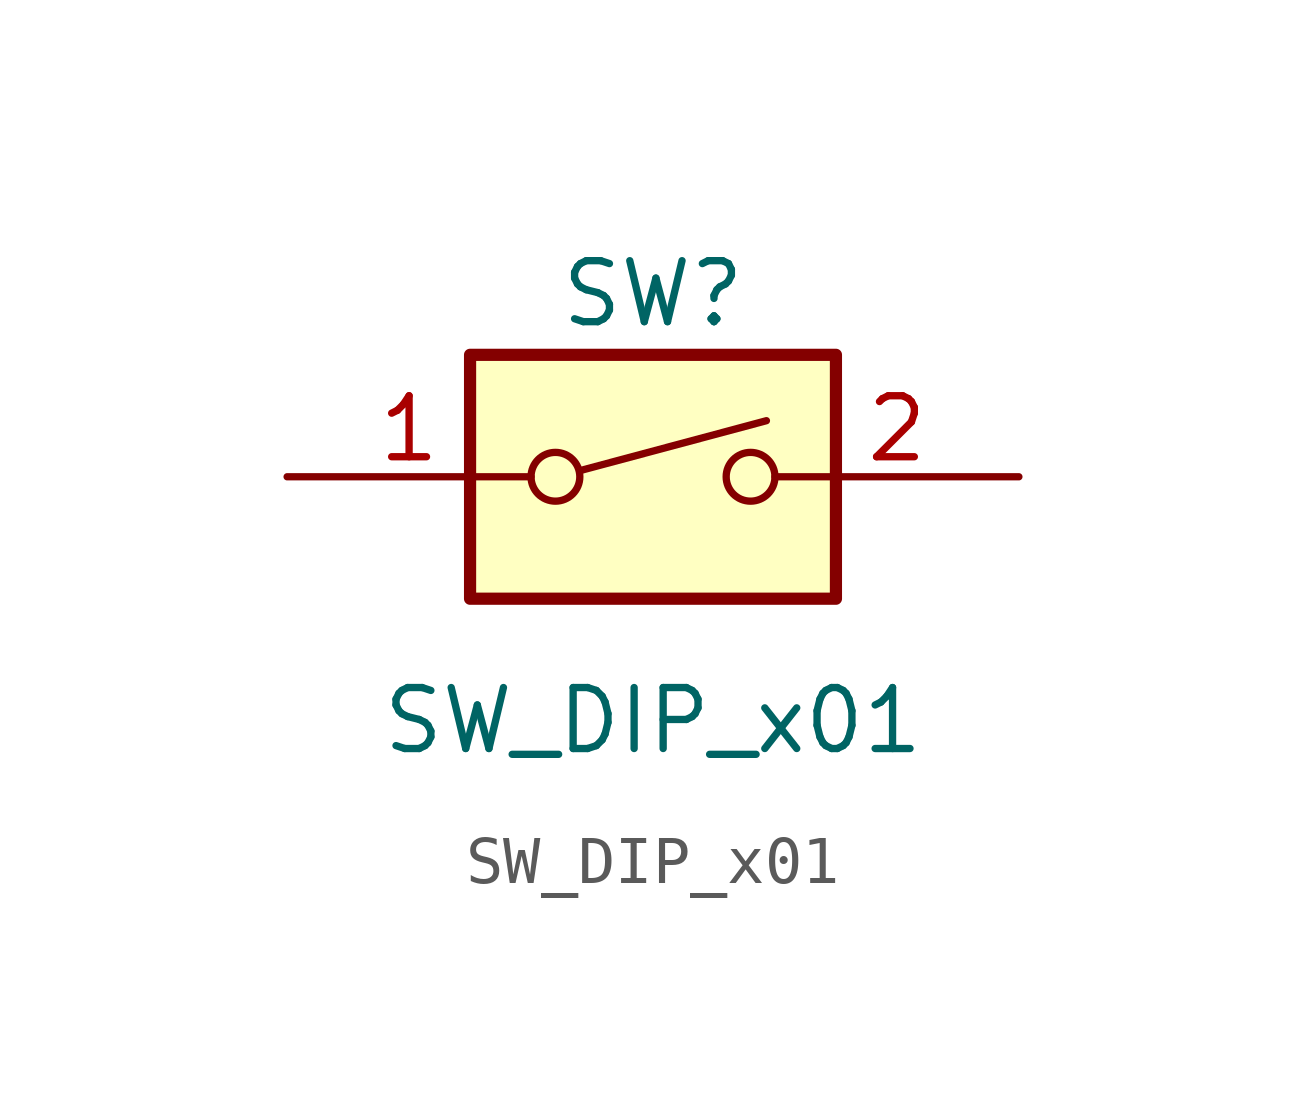
<source format=kicad_sym>
(kicad_symbol_lib
  (version 20211014)
  (generator kicad_symbol_editor)
  (symbol "SW_DIP_x01"
    (pin_names
      (offset 0) hide)
    (property "Reference" "SW"
      (at 0 6.35 0)
      (effects (font (size 1.27 1.27))))
    (property "Value" "SW_DIP_x01"
      (at 0 -2.54 0)
      (effects (font (size 1.27 1.27))))
    (symbol "SW_DIP_x01_0_0"
      (circle (center -2.032 2.54) (radius 0.508) (stroke (width 0) (type default) (color 0 0 0 0)) (fill (type none)))
      (polyline (pts (xy -1.524 2.667) (xy 2.362 3.708)) (stroke (width 0) (type default) (color 0 0 0 0)) (fill (type none)))
      (circle (center 2.032 2.54) (radius 0.508) (stroke (width 0) (type default) (color 0 0 0 0)) (fill (type none))))
    (symbol "SW_DIP_x01_0_1"
      (rectangle (start -3.81 5.08) (end 3.81 0) (stroke (width 0.254) (type default) (color 0 0 0 0)) (fill (type background))))
    (symbol "SW_DIP_x01_1_1"
      (pin passive line (at -7.62 2.54 0) (length 5.08) (name "~" (effects (font (size 1.27 1.27)))) (number "1" (effects (font (size 1.27 1.27)))))
      (pin passive line (at 7.62 2.54 180) (length 5.08) (name "~" (effects (font (size 1.27 1.27)))) (number "2" (effects (font (size 1.27 1.27))))))))
</source>
